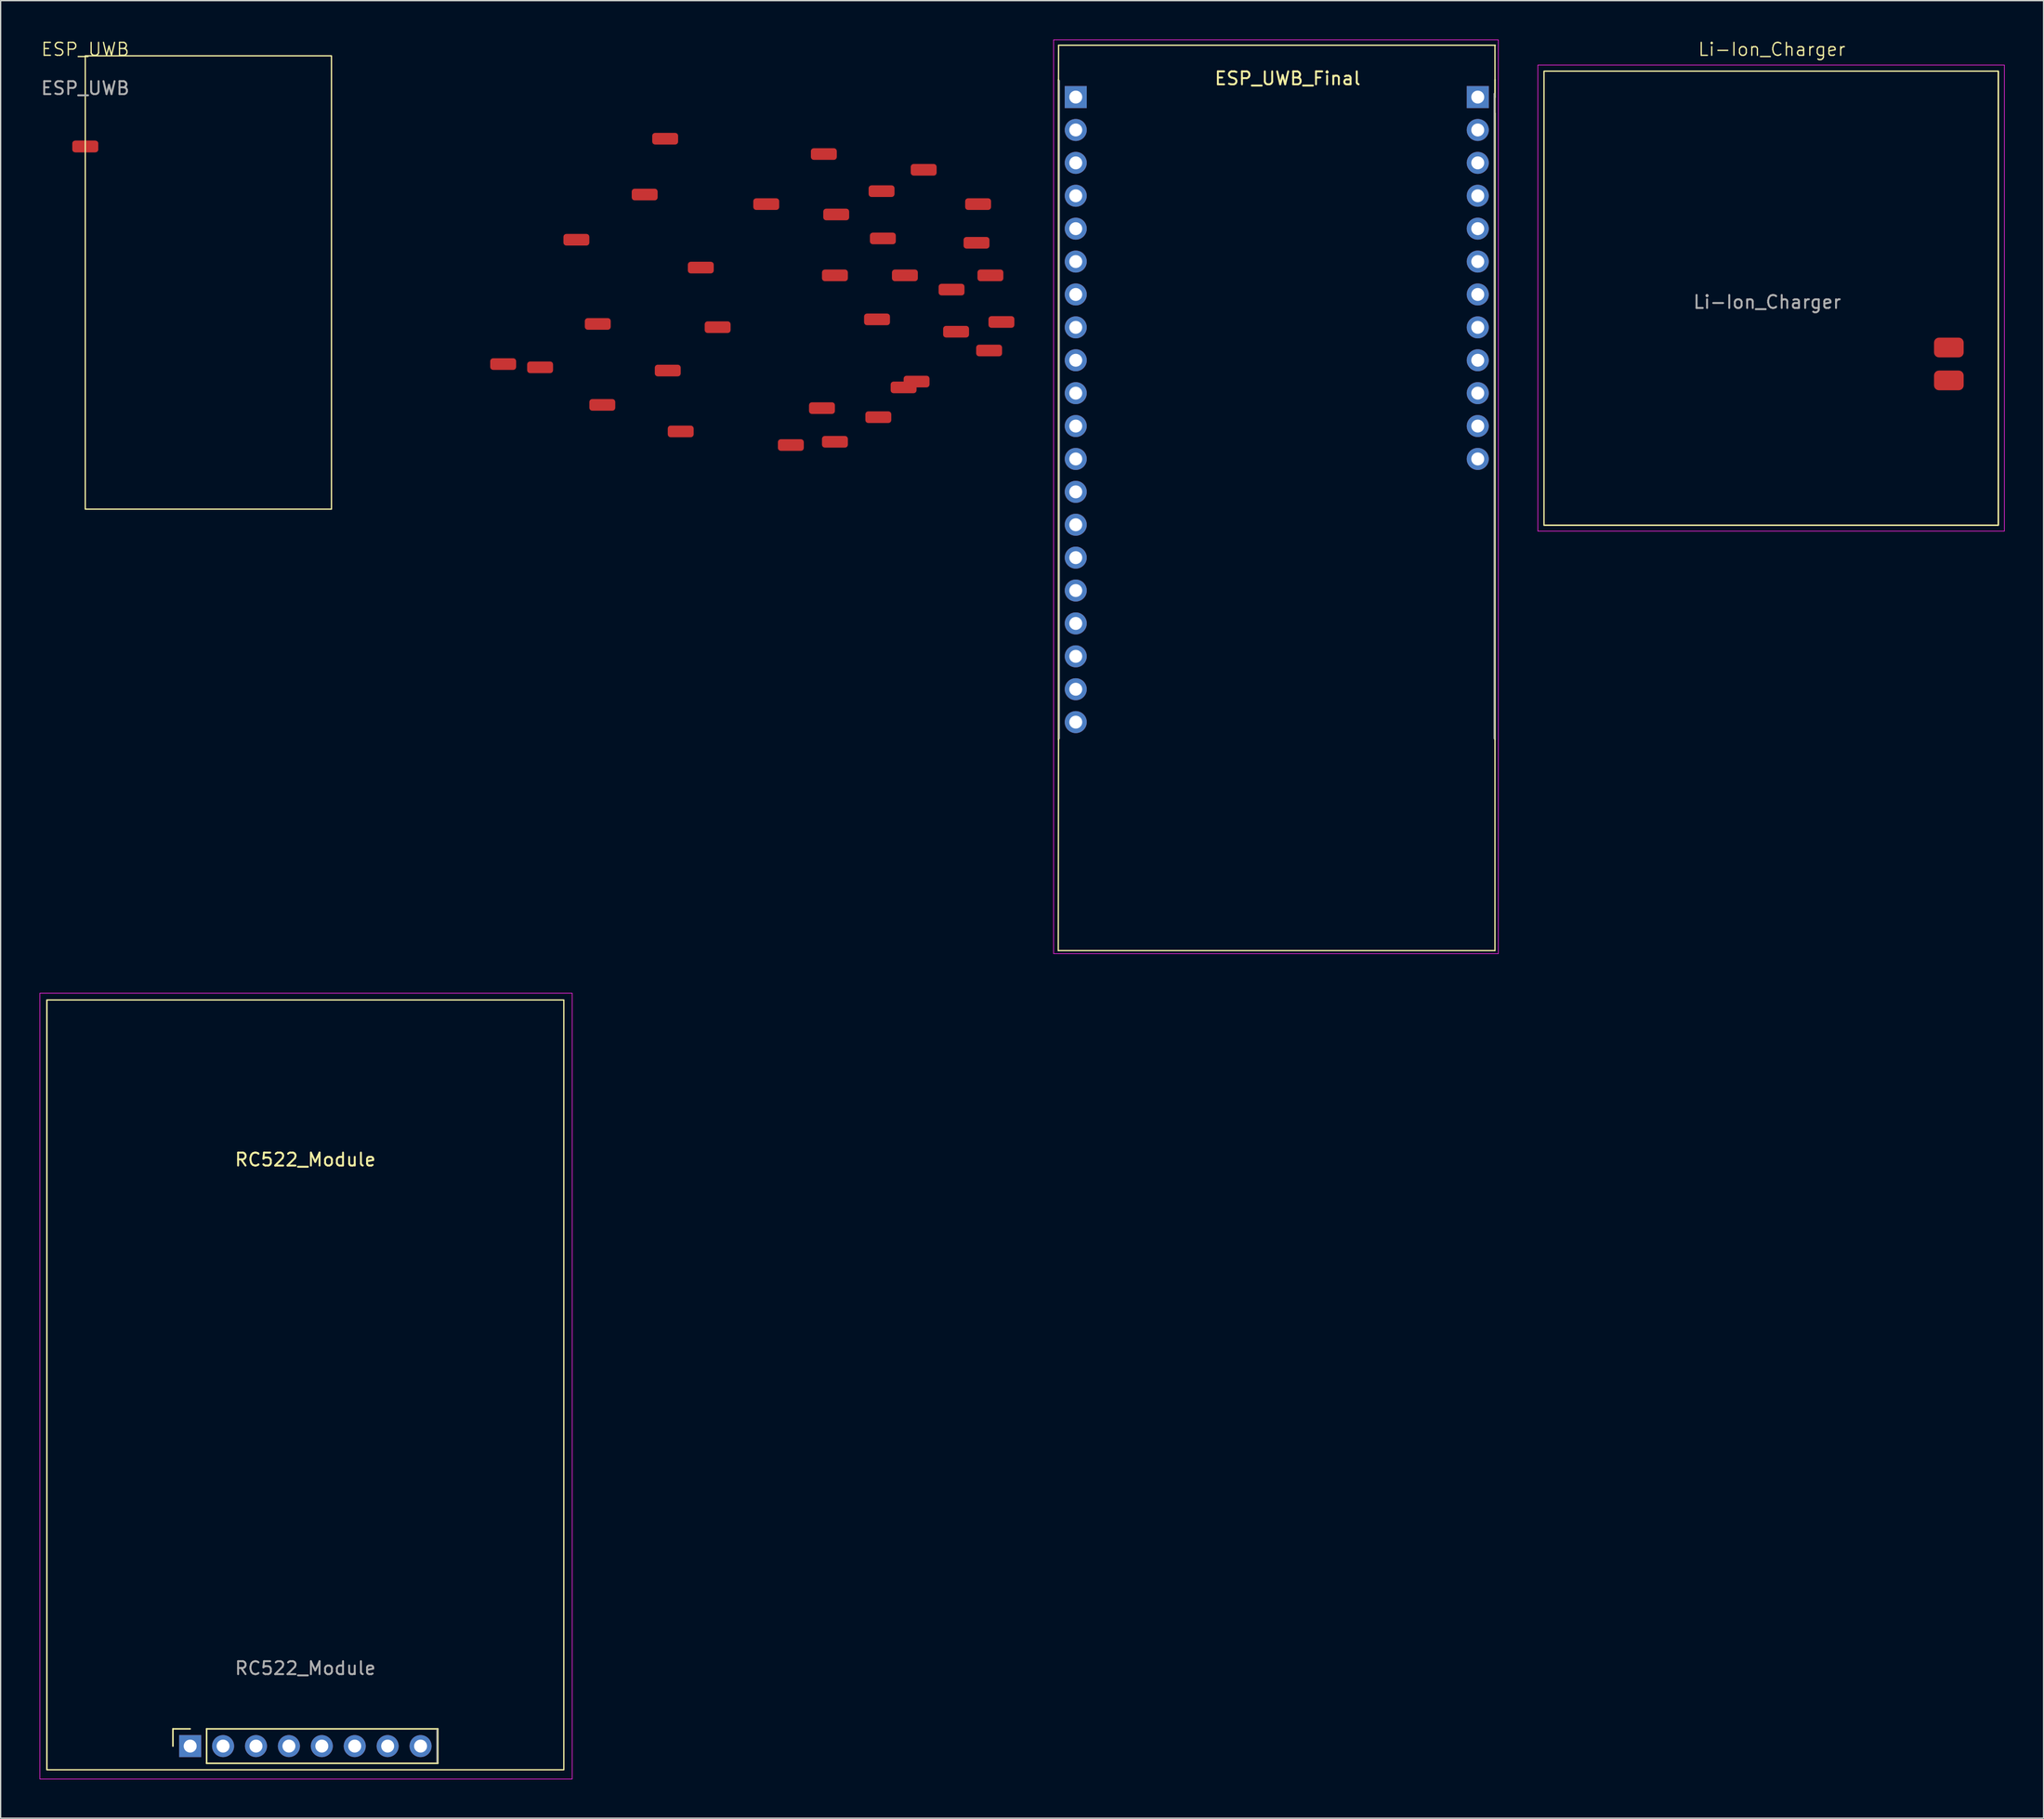
<source format=kicad_pcb>
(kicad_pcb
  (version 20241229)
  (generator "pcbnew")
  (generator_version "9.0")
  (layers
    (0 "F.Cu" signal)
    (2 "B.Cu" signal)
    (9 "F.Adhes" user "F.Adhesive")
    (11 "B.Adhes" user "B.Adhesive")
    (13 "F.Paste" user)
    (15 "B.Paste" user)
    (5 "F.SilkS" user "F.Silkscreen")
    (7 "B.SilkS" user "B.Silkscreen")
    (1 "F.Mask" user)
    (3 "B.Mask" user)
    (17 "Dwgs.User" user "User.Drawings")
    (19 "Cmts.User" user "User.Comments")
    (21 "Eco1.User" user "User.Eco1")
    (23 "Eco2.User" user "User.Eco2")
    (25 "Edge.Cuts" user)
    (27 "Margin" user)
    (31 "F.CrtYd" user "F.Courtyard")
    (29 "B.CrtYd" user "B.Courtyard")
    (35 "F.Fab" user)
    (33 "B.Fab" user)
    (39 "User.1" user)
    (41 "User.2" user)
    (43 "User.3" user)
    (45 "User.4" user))
  (footprint "ESP_UWB_Final"
    (layer "F.Cu")
    (at 96.215 28.545)
    (property "Reference" "ESP_UWB_Final" (at 0.1 -25.54 0) (layer "F.SilkS") (effects (font (size 1 1) (thickness 0.15))))
    (attr through_hole)
    (fp_line (start -17.6 41.8) (end 16.1 41.8) (stroke (width 0.1) (type default)) (layer "F.SilkS"))
    (fp_line (start -17.58 -25.43) (end -17.58 25.49) (stroke (width 0.12) (type solid)) (layer "F.SilkS"))
    (fp_line (start -17.58 -25.43) (end -17.575 -28.1) (stroke (width 0.1) (type default)) (layer "F.SilkS"))
    (fp_line (start -17.58 25.49) (end -17.6 41.8) (stroke (width 0.1) (type default)) (layer "F.SilkS"))
    (fp_line (start -17.575 -28.1) (end 16.125 -28.1) (stroke (width 0.1) (type default)) (layer "F.SilkS"))
    (fp_line (start 16.102 -25.43) (end 16.1 -28.1) (stroke (width 0.1) (type default)) (layer "F.SilkS"))
    (fp_line (start 16.102 -25.43) (end 16.102 -24.1) (stroke (width 0.12) (type solid)) (layer "F.SilkS"))
    (fp_line (start 16.102 -24.1) (end 16.102 -22.83) (stroke (width 0.1) (type default)) (layer "F.SilkS"))
    (fp_line (start 16.102 -22.83) (end 16.102 25.49) (stroke (width 0.12) (type solid)) (layer "F.SilkS"))
    (fp_line (start 16.102 25.49) (end 16.1 41.8) (stroke (width 0.1) (type default)) (layer "F.SilkS"))
    (fp_rect (start -17.96 -28.52) (end 16.36 42.04) (stroke (width 0.05) (type default)) (fill no) (layer "F.CrtYd"))
    (fp_line (start -17.52 25.43) (end -17.52 -25.37) (stroke (width 0.1) (type solid)) (layer "F.Fab"))
    (fp_line (start 16.043 -24.37) (end 16.043 25.43) (stroke (width 0.1) (type solid)) (layer "F.Fab"))
    (pad "1" thru_hole rect (at -16.25 -24.1) (size 1.7 1.7) (drill 1) (layers "*.Cu" "*.Mask"))
    (pad "2" thru_hole oval (at -16.25 -21.56) (size 1.7 1.7) (drill 1) (layers "*.Cu" "*.Mask"))
    (pad "3" thru_hole oval (at -16.25 -19.02) (size 1.7 1.7) (drill 1) (layers "*.Cu" "*.Mask"))
    (pad "4" thru_hole oval (at -16.25 -16.48) (size 1.7 1.7) (drill 1) (layers "*.Cu" "*.Mask"))
    (pad "5" thru_hole oval (at -16.25 -13.94) (size 1.7 1.7) (drill 1) (layers "*.Cu" "*.Mask"))
    (pad "6" thru_hole oval (at -16.25 -11.4) (size 1.7 1.7) (drill 1) (layers "*.Cu" "*.Mask"))
    (pad "7" thru_hole oval (at -16.25 -8.86) (size 1.7 1.7) (drill 1) (layers "*.Cu" "*.Mask"))
    (pad "8" thru_hole oval (at -16.25 -6.32) (size 1.7 1.7) (drill 1) (layers "*.Cu" "*.Mask"))
    (pad "9" thru_hole oval (at -16.25 -3.78) (size 1.7 1.7) (drill 1) (layers "*.Cu" "*.Mask"))
    (pad "10" thru_hole oval (at -16.25 -1.24) (size 1.7 1.7) (drill 1) (layers "*.Cu" "*.Mask"))
    (pad "11" thru_hole oval (at -16.25 1.3) (size 1.7 1.7) (drill 1) (layers "*.Cu" "*.Mask"))
    (pad "12" thru_hole oval (at -16.25 3.84) (size 1.7 1.7) (drill 1) (layers "*.Cu" "*.Mask"))
    (pad "13" thru_hole oval (at -16.25 6.38) (size 1.7 1.7) (drill 1) (layers "*.Cu" "*.Mask"))
    (pad "14" thru_hole oval (at -16.25 8.92) (size 1.7 1.7) (drill 1) (layers "*.Cu" "*.Mask"))
    (pad "15" thru_hole oval (at -16.25 11.46) (size 1.7 1.7) (drill 1) (layers "*.Cu" "*.Mask"))
    (pad "16" thru_hole oval (at -16.25 14) (size 1.7 1.7) (drill 1) (layers "*.Cu" "*.Mask"))
    (pad "17" thru_hole oval (at -16.25 16.54) (size 1.7 1.7) (drill 1) (layers "*.Cu" "*.Mask"))
    (pad "18" thru_hole oval (at -16.25 19.08) (size 1.7 1.7) (drill 1) (layers "*.Cu" "*.Mask"))
    (pad "19" thru_hole oval (at -16.25 21.62) (size 1.7 1.7) (drill 1) (layers "*.Cu" "*.Mask"))
    (pad "20" thru_hole oval (at -16.25 24.16) (size 1.7 1.7) (drill 1) (layers "*.Cu" "*.Mask"))
    (pad "21" thru_hole rect (at 14.773 -24.1) (size 1.7 1.7) (drill 1) (layers "*.Cu" "*.Mask"))
    (pad "22" thru_hole oval (at 14.773 -21.56) (size 1.7 1.7) (drill 1) (layers "*.Cu" "*.Mask"))
    (pad "23" thru_hole oval (at 14.773 -19.02) (size 1.7 1.7) (drill 1) (layers "*.Cu" "*.Mask"))
    (pad "24" thru_hole oval (at 14.773 -16.48) (size 1.7 1.7) (drill 1) (layers "*.Cu" "*.Mask"))
    (pad "25" thru_hole oval (at 14.773 -13.94) (size 1.7 1.7) (drill 1) (layers "*.Cu" "*.Mask"))
    (pad "26" thru_hole oval (at 14.773 -11.4) (size 1.7 1.7) (drill 1) (layers "*.Cu" "*.Mask"))
    (pad "27" thru_hole oval (at 14.773 -8.86) (size 1.7 1.7) (drill 1) (layers "*.Cu" "*.Mask"))
    (pad "28" thru_hole oval (at 14.773 -6.32) (size 1.7 1.7) (drill 1) (layers "*.Cu" "*.Mask"))
    (pad "29" thru_hole oval (at 14.773 -3.78) (size 1.7 1.7) (drill 1) (layers "*.Cu" "*.Mask"))
    (pad "30" thru_hole oval (at 14.773 -1.24) (size 1.7 1.7) (drill 1) (layers "*.Cu" "*.Mask"))
    (pad "31" thru_hole oval (at 14.773 1.3) (size 1.7 1.7) (drill 1) (layers "*.Cu" "*.Mask"))
    (pad "32" thru_hole oval (at 14.773 3.84) (size 1.7 1.7) (drill 1) (layers "*.Cu" "*.Mask")))
  (footprint "Li-Ion_Charger"
    (layer "F.Cu")
    (at 133.625 19.971)
    (property "Reference" "Li-Ion_Charger" (at 0.06 -19.21 0) (unlocked yes) (layer "F.SilkS") (effects (font (size 1 1) (thickness 0.1))))
    (attr smd)
    (fp_line (start -17.526 17.526) (end 17.526 17.526) (stroke (width 0.1) (type default)) (layer "F.SilkS"))
    (fp_line (start 17.526 -17.526) (end 17.526 17.526) (stroke (width 0.1) (type default)) (layer "F.SilkS"))
    (fp_line (start 17.526 17.526) (end 17.526 -17.526) (stroke (width 0.1) (type default)) (layer "F.SilkS"))
    (fp_rect (start -17.526 -17.526) (end 17.526 17.526) (stroke (width 0.1) (type default)) (fill no) (layer "F.SilkS"))
    (fp_rect (start -18 -18) (end 18 17.99) (stroke (width 0.05) (type default)) (fill no) (layer "F.CrtYd"))
    (fp_text user "${REFERENCE}" (at -0.3 0.3 0) (unlocked yes) (layer "F.Fab") (effects (font (size 1 1) (thickness 0.15))))
    (pad "1" smd roundrect (at 13.716 3.81) (size 2.286 1.524) (layers "F.Cu" "F.Mask" "F.Paste") (roundrect_rratio 0.25))
    (pad "2" smd roundrect (at 13.716 6.35) (size 2.286 1.524) (layers "F.Cu" "F.Mask" "F.Paste") (roundrect_rratio 0.25)))
  (footprint "RC522_Module"
    (layer "F.Cu")
    (at 20.515 103.875)
    (property "Reference" "RC522_Module" (at 0 -17.39 0) (layer "F.SilkS") (effects (font (size 1 1) (thickness 0.15))))
    (attr through_hole)
    (fp_line (start -19.945 -29.72) (end -19.945 29.72) (stroke (width 0.1) (type default)) (layer "F.SilkS"))
    (fp_line (start -10.22 26.56) (end -10.22 27.89) (stroke (width 0.12) (type solid)) (layer "F.SilkS"))
    (fp_line (start -8.89 26.56) (end -10.22 26.56) (stroke (width 0.12) (type solid)) (layer "F.SilkS"))
    (fp_line (start -7.62 26.56) (end -7.62 29.22) (stroke (width 0.12) (type solid)) (layer "F.SilkS"))
    (fp_line (start -7.62 26.56) (end 10.22 26.56) (stroke (width 0.12) (type solid)) (layer "F.SilkS"))
    (fp_line (start -7.62 29.22) (end 10.22 29.22) (stroke (width 0.12) (type solid)) (layer "F.SilkS"))
    (fp_line (start 10.22 26.56) (end 10.22 29.22) (stroke (width 0.12) (type solid)) (layer "F.SilkS"))
    (fp_rect (start -19.945 -29.72) (end 19.945 29.72) (stroke (width 0.1) (type default)) (fill no) (layer "F.SilkS"))
    (fp_rect (start -20.49 -30.24) (end 20.59 30.43) (stroke (width 0.05) (type default)) (fill no) (layer "F.CrtYd"))
    (fp_line (start 10.16 29.16) (end 10.16 26.62) (stroke (width 0.1) (type solid)) (layer "F.Fab"))
    (fp_text user "${REFERENCE}" (at 0 21.88 180) (layer "F.Fab") (effects (font (size 1 1) (thickness 0.15))))
    (pad "1" thru_hole rect (at -8.89 27.89 90) (size 1.7 1.7) (drill 1) (layers "*.Cu" "*.Mask"))
    (pad "2" thru_hole oval (at -6.35 27.89 90) (size 1.7 1.7) (drill 1) (layers "*.Cu" "*.Mask"))
    (pad "3" thru_hole oval (at -3.81 27.89 90) (size 1.7 1.7) (drill 1) (layers "*.Cu" "*.Mask"))
    (pad "4" thru_hole oval (at -1.27 27.89 90) (size 1.7 1.7) (drill 1) (layers "*.Cu" "*.Mask"))
    (pad "5" thru_hole oval (at 1.27 27.89 90) (size 1.7 1.7) (drill 1) (layers "*.Cu" "*.Mask"))
    (pad "6" thru_hole oval (at 3.81 27.89 90) (size 1.7 1.7) (drill 1) (layers "*.Cu" "*.Mask"))
    (pad "7" thru_hole oval (at 6.35 27.89 90) (size 1.7 1.7) (drill 1) (layers "*.Cu" "*.Mask"))
    (pad "8" thru_hole oval (at 8.89 27.89 90) (size 1.7 1.7) (drill 1) (layers "*.Cu" "*.Mask"))
    (zone (net_name "") (layer "F.SilkS") (name "RFID_Reader") (hatch edge 0.5) (connect_pads) (min_thickness 0.25) (filled_areas_thickness no) (keepout (tracks not_allowed) (vias not_allowed) (pads not_allowed) (copperpour allowed) (footprints allowed)) (placement (enabled no)) (fill) (polygon (pts (xy 40.455 113.595) (xy 0.575 113.595) (xy 0.57 74.155) (xy 40.46 74.155)))))
  (footprint "ESP_UWB"
    (layer "F.Cu")
    (at 3.53 1.26)
    (property "Reference" "ESP_UWB" (at 0 -0.5 0) (unlocked yes) (layer "F.SilkS") (effects (font (size 1 1) (thickness 0.1))))
    (attr smd)
    (fp_rect (start 0 0) (end 19 35) (stroke (width 0.1) (type default)) (fill no) (layer "F.SilkS"))
    (fp_text user "${REFERENCE}" (at 0 2.5 0) (unlocked yes) (layer "F.Fab") (effects (font (size 1 1) (thickness 0.15))))
    (pad "1" smd roundrect (at 0 7) (size 2 0.9) (layers "F.Cu" "F.Mask" "F.Paste") (roundrect_rratio 0.25))
    (pad "1" smd roundrect (at 0 7) (size 2 0.9) (layers "F.Cu" "F.Mask" "F.Paste") (roundrect_rratio 0.25))
    (pad "1" smd roundrect (at 32.25 23.8) (size 2 0.9) (layers "F.Cu" "F.Mask" "F.Paste") (roundrect_rratio 0.25))
    (pad "1" smd roundrect (at 35.1 24.05) (size 2 0.9) (layers "F.Cu" "F.Mask" "F.Paste") (roundrect_rratio 0.25))
    (pad "1" smd roundrect (at 37.9 14.2) (size 2 0.9) (layers "F.Cu" "F.Mask" "F.Paste") (roundrect_rratio 0.25))
    (pad "1" smd roundrect (at 39.55 20.7) (size 2 0.9) (layers "F.Cu" "F.Mask" "F.Paste") (roundrect_rratio 0.25))
    (pad "1" smd roundrect (at 39.9 26.95) (size 2 0.9) (layers "F.Cu" "F.Mask" "F.Paste") (roundrect_rratio 0.25))
    (pad "1" smd roundrect (at 43.169 10.709) (size 2 0.9) (layers "F.Cu" "F.Mask" "F.Paste") (roundrect_rratio 0.25))
    (pad "1" smd roundrect (at 44.75 6.4) (size 2 0.9) (layers "F.Cu" "F.Mask" "F.Paste") (roundrect_rratio 0.25))
    (pad "1" smd roundrect (at 44.95 24.3) (size 2 0.9) (layers "F.Cu" "F.Mask" "F.Paste") (roundrect_rratio 0.25))
    (pad "1" smd roundrect (at 45.95 29) (size 2 0.9) (layers "F.Cu" "F.Mask" "F.Paste") (roundrect_rratio 0.25))
    (pad "1" smd roundrect (at 47.5 16.35) (size 2 0.9) (layers "F.Cu" "F.Mask" "F.Paste") (roundrect_rratio 0.25))
    (pad "1" smd roundrect (at 48.8 20.95) (size 2 0.9) (layers "F.Cu" "F.Mask" "F.Paste") (roundrect_rratio 0.25))
    (pad "1" smd roundrect (at 52.55 11.45) (size 2 0.9) (layers "F.Cu" "F.Mask" "F.Paste") (roundrect_rratio 0.25))
    (pad "1" smd roundrect (at 54.45 30.05) (size 2 0.9) (layers "F.Cu" "F.Mask" "F.Paste") (roundrect_rratio 0.25))
    (pad "1" smd roundrect (at 56.85 27.2) (size 2 0.9) (layers "F.Cu" "F.Mask" "F.Paste") (roundrect_rratio 0.25))
    (pad "1" smd roundrect (at 56.995 7.583) (size 2 0.9) (layers "F.Cu" "F.Mask" "F.Paste") (roundrect_rratio 0.25))
    (pad "1" smd roundrect (at 57.85 16.95) (size 2 0.9) (layers "F.Cu" "F.Mask" "F.Paste") (roundrect_rratio 0.25))
    (pad "1" smd roundrect (at 57.85 29.8) (size 2 0.9) (layers "F.Cu" "F.Mask" "F.Paste") (roundrect_rratio 0.25))
    (pad "1" smd roundrect (at 57.95 12.25) (size 2 0.9) (layers "F.Cu" "F.Mask" "F.Paste") (roundrect_rratio 0.25))
    (pad "1" smd roundrect (at 61.1 20.35) (size 2 0.9) (layers "F.Cu" "F.Mask" "F.Paste") (roundrect_rratio 0.25))
    (pad "1" smd roundrect (at 61.2 27.9) (size 2 0.9) (layers "F.Cu" "F.Mask" "F.Paste") (roundrect_rratio 0.25))
    (pad "1" smd roundrect (at 61.45 10.45) (size 2 0.9) (layers "F.Cu" "F.Mask" "F.Paste") (roundrect_rratio 0.25))
    (pad "1" smd roundrect (at 61.55 14.1) (size 2 0.9) (layers "F.Cu" "F.Mask" "F.Paste") (roundrect_rratio 0.25))
    (pad "1" smd roundrect (at 63.15 25.6) (size 2 0.9) (layers "F.Cu" "F.Mask" "F.Paste") (roundrect_rratio 0.25))
    (pad "1" smd roundrect (at 63.25 16.95) (size 2 0.9) (layers "F.Cu" "F.Mask" "F.Paste") (roundrect_rratio 0.25))
    (pad "1" smd roundrect (at 64.15 25.15) (size 2 0.9) (layers "F.Cu" "F.Mask" "F.Paste") (roundrect_rratio 0.25))
    (pad "1" smd roundrect (at 64.7 8.8) (size 2 0.9) (layers "F.Cu" "F.Mask" "F.Paste") (roundrect_rratio 0.25))
    (pad "1" smd roundrect (at 66.85 18.05) (size 2 0.9) (layers "F.Cu" "F.Mask" "F.Paste") (roundrect_rratio 0.25))
    (pad "1" smd roundrect (at 67.2 21.3) (size 2 0.9) (layers "F.Cu" "F.Mask" "F.Paste") (roundrect_rratio 0.25))
    (pad "1" smd roundrect (at 68.777 14.436) (size 2 0.9) (layers "F.Cu" "F.Mask" "F.Paste") (roundrect_rratio 0.25))
    (pad "1" smd roundrect (at 68.9 11.45) (size 2 0.9) (layers "F.Cu" "F.Mask" "F.Paste") (roundrect_rratio 0.25))
    (pad "1" smd roundrect (at 69.75 22.75) (size 2 0.9) (layers "F.Cu" "F.Mask" "F.Paste") (roundrect_rratio 0.25))
    (pad "1" smd roundrect (at 69.85 16.95) (size 2 0.9) (layers "F.Cu" "F.Mask" "F.Paste") (roundrect_rratio 0.25))
    (pad "1" smd roundrect (at 70.7 20.55) (size 2 0.9) (layers "F.Cu" "F.Mask" "F.Paste") (roundrect_rratio 0.25)))
  (gr_rect
    (start -3 -3)
    (end 154.65 137.33)
    (stroke (width 0.1) (type default))
    (fill no)
    (layer "Edge.Cuts")))
</source>
